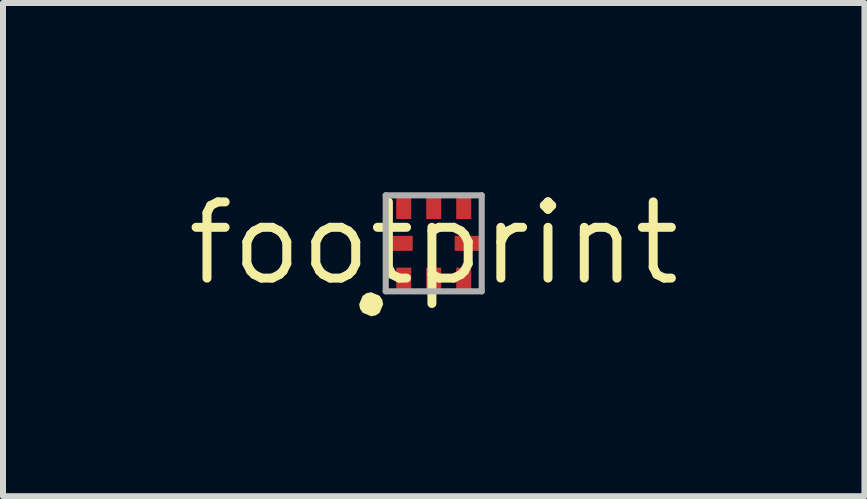
<source format=kicad_pcb>
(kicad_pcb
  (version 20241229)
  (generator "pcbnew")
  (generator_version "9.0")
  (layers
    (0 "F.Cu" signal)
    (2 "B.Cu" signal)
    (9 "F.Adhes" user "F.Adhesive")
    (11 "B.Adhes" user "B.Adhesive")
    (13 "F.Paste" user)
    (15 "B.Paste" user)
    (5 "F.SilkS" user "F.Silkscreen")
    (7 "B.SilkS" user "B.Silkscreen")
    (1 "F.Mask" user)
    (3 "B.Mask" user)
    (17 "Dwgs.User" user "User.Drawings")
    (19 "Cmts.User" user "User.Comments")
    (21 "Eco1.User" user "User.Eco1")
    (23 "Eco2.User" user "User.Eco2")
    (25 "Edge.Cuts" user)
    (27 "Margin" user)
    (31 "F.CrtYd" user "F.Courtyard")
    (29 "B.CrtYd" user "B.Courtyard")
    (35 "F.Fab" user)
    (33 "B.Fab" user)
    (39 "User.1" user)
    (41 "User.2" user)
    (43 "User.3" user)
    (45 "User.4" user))
  (footprint "footprint"
    (layer "F.Cu")
    (at 4.18 1.006)
    (property "Reference" "footprint" (at 0 0 0) (layer "F.SilkS") (effects (font (size 1.27 1.27) (thickness 0.15))))
    (fp_poly (pts (xy -0.902 0.875) (xy -0.858 0.939) (xy -0.843 1.016) (xy -0.902 1.157) (xy -0.966 1.201) (xy -1.043 1.216) (xy -1.184 1.157) (xy -1.228 1.093) (xy -1.243 1.016) (xy -1.184 0.875) (xy -1.12 0.831) (xy -1.043 0.816)) (stroke (width 0) (type solid)) (fill yes) (layer "F.SilkS"))
    (fp_line (start -0.8 -0.8) (end 0.8 -0.8) (stroke (width 0.102) (type solid)) (layer "F.Fab"))
    (fp_line (start -0.8 0.8) (end -0.8 -0.8) (stroke (width 0.102) (type solid)) (layer "F.Fab"))
    (fp_line (start 0.8 -0.8) (end 0.8 0.8) (stroke (width 0.102) (type solid)) (layer "F.Fab"))
    (fp_line (start 0.8 0.8) (end -0.8 0.8) (stroke (width 0.102) (type solid)) (layer "F.Fab"))
    (pad "1" smd rect (at -0.5 0.605 270) (size 0.4 0.25) (layers "F.Cu" "F.Mask" "F.Paste"))
    (pad "2" smd rect (at 0 0.605 270) (size 0.4 0.25) (layers "F.Cu" "F.Mask" "F.Paste"))
    (pad "3" smd rect (at 0.5 0.605 270) (size 0.4 0.25) (layers "F.Cu" "F.Mask" "F.Paste"))
    (pad "4" smd rect (at 0.575 0 180) (size 0.45 0.25) (layers "F.Cu" "F.Mask" "F.Paste"))
    (pad "5" smd rect (at 0.5 -0.605 270) (size 0.4 0.25) (layers "F.Cu" "F.Mask" "F.Paste"))
    (pad "6" smd rect (at 0 -0.605 270) (size 0.4 0.25) (layers "F.Cu" "F.Mask" "F.Paste"))
    (pad "7" smd rect (at -0.5 -0.605 270) (size 0.4 0.25) (layers "F.Cu" "F.Mask" "F.Paste"))
    (pad "8" smd rect (at -0.575 0 180) (size 0.45 0.25) (layers "F.Cu" "F.Mask" "F.Paste")))
  (gr_rect
    (start -3 -3)
    (end 11.36 5.222)
    (stroke (width 0.1) (type default))
    (fill no)
    (layer "Edge.Cuts")))
</source>
